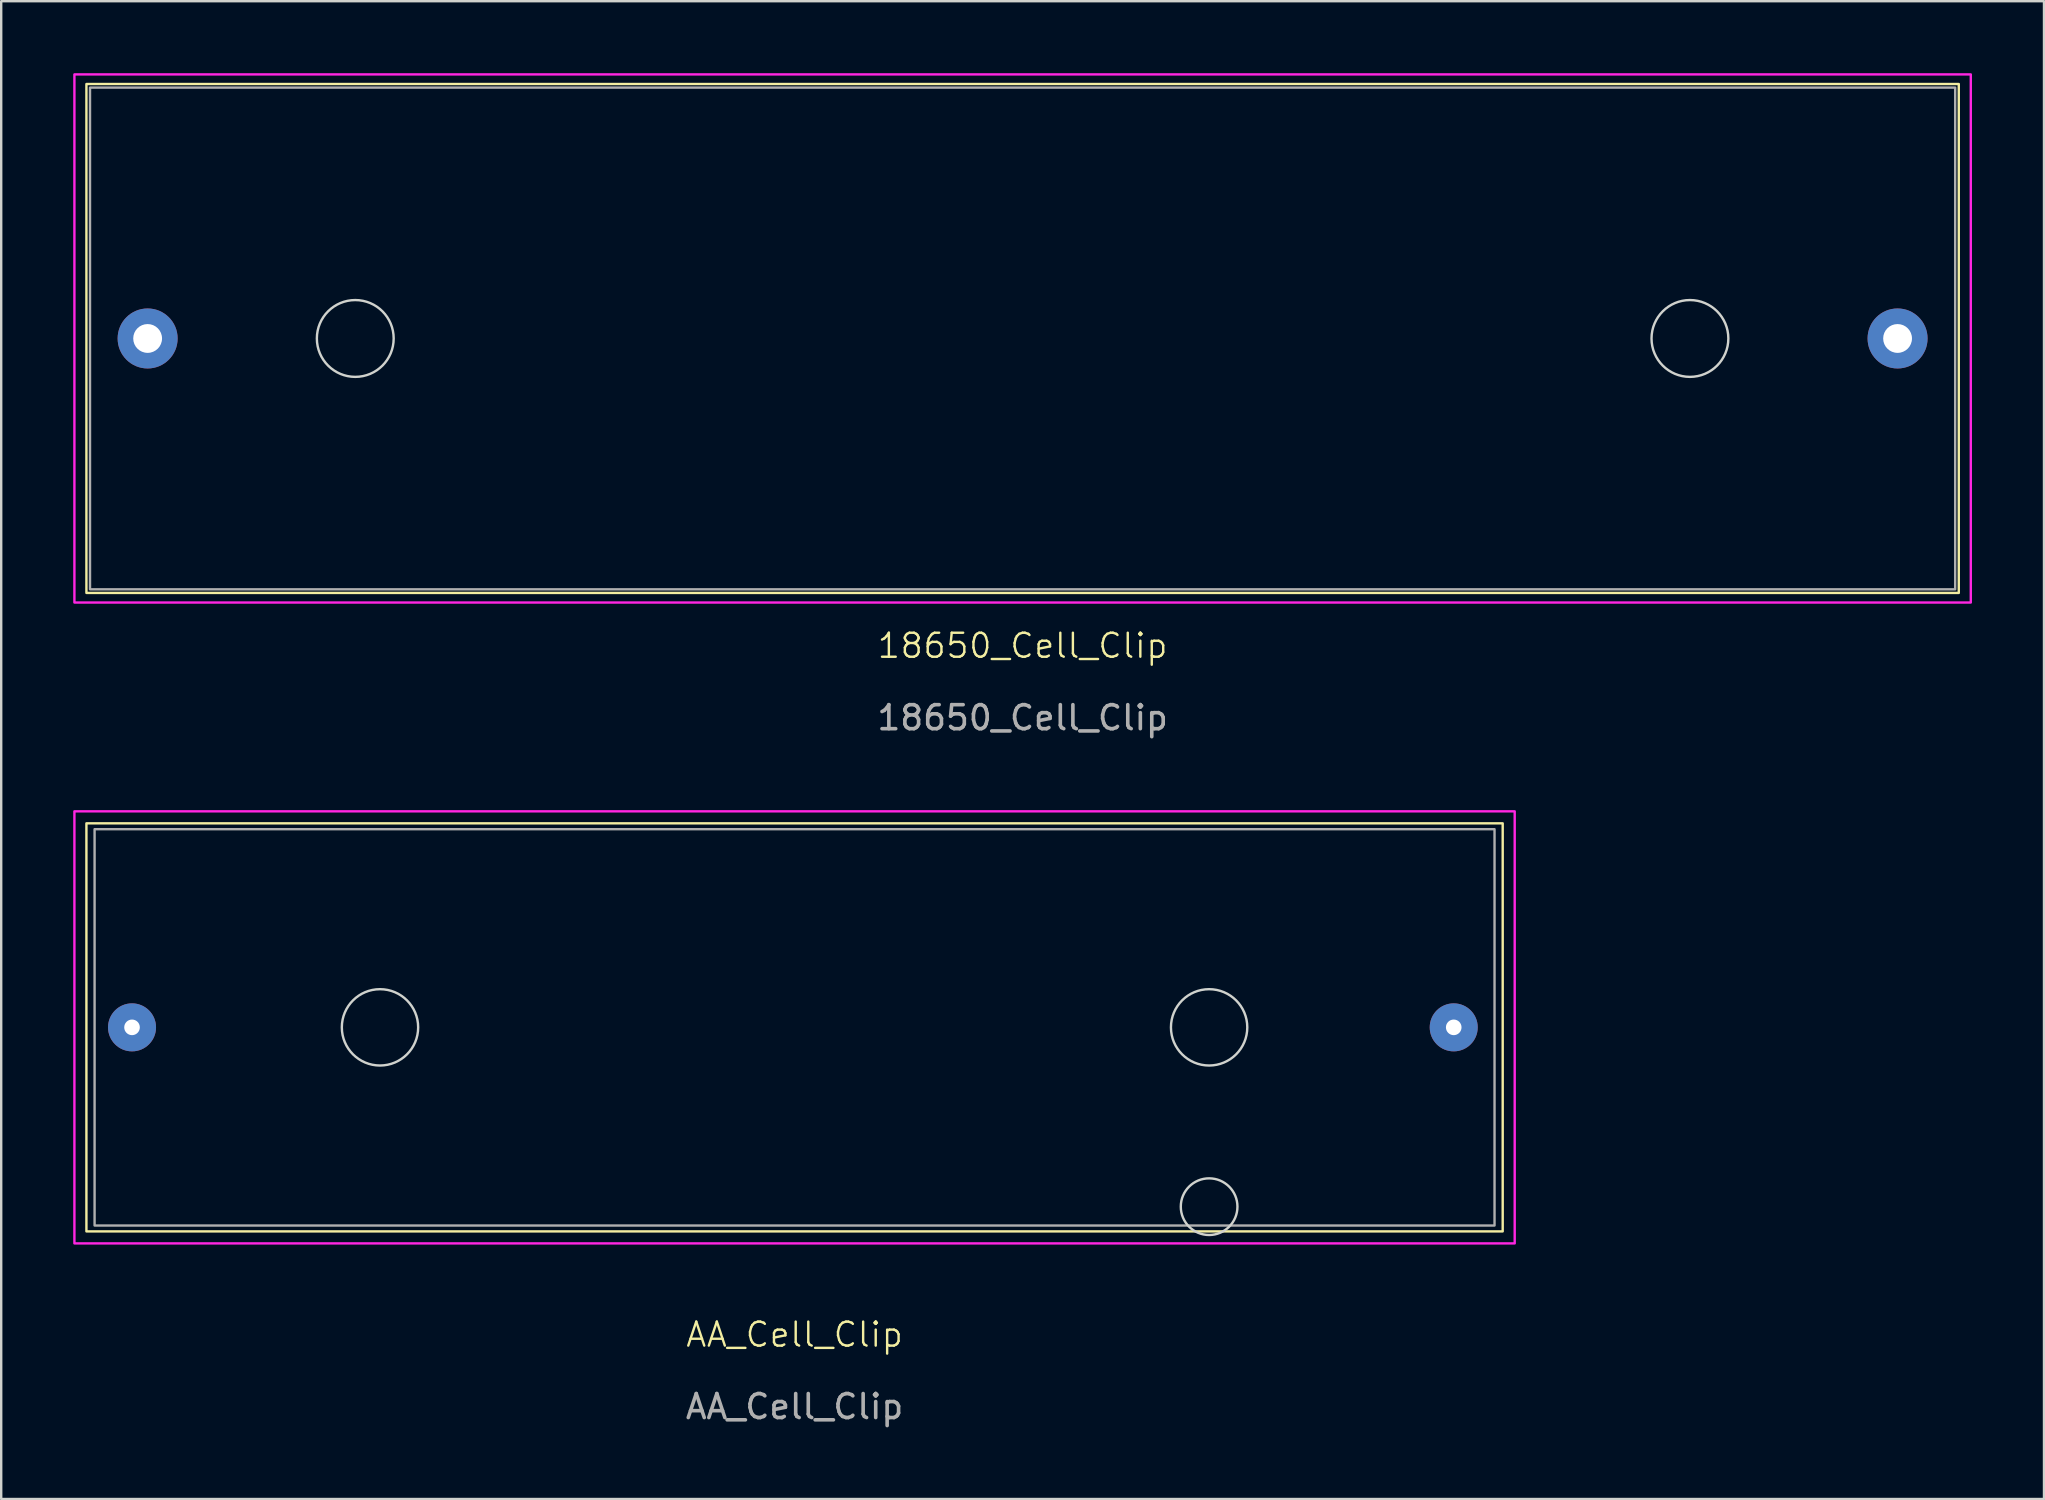
<source format=kicad_pcb>
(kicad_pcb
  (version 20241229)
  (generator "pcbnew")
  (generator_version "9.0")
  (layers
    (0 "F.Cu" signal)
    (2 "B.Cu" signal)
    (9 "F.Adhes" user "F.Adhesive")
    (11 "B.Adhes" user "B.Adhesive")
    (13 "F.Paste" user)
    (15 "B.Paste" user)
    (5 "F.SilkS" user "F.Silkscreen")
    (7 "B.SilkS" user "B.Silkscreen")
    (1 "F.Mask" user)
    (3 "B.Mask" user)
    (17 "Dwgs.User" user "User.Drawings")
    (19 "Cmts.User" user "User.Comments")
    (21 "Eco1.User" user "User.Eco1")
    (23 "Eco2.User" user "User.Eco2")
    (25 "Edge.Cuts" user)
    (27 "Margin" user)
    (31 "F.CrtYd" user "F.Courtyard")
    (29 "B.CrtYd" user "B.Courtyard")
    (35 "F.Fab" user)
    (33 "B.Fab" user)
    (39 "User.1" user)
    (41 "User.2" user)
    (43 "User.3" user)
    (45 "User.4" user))
  (footprint "18650_Cell_Clip"
    (layer "F.Cu")
    (at 39.55 11.05)
    (property "Reference" "18650_Cell_Clip" (at 0 12.8 0) (unlocked yes) (layer "F.SilkS") (effects (font (size 1 1) (thickness 0.1))))
    (attr smd)
    (fp_rect (start -39 -10.6) (end 39 10.6) (stroke (width 0.1) (type solid)) (fill no) (layer "F.SilkS"))
    (fp_circle (center -27.8 0) (end -26.2 0) (stroke (width 0.1) (type solid)) (fill no) (layer "Edge.Cuts"))
    (fp_circle (center 27.8 0) (end 29.4 0) (stroke (width 0.1) (type solid)) (fill no) (layer "Edge.Cuts"))
    (fp_rect (start -39.5 -11) (end 39.5 11) (stroke (width 0.1) (type solid)) (fill no) (layer "F.CrtYd"))
    (fp_rect (start -38.85 -10.45) (end 38.85 10.45) (stroke (width 0.1) (type solid)) (fill no) (layer "F.Fab"))
    (fp_text user "${REFERENCE}" (at 0 15.8 0) (unlocked yes) (layer "F.Fab") (effects (font (size 1 1) (thickness 0.15))))
    (pad "1" thru_hole circle (at 36.45 0) (size 2.5 2.5) (drill 1.2) (layers "*.Cu" "*.Mask"))
    (pad "2" thru_hole circle (at -36.45 0) (size 2.5 2.5) (drill 1.2) (layers "*.Cu" "*.Mask")))
  (footprint "AA_Cell_Clip"
    (layer "F.Cu")
    (at 30.05 39.748)
    (property "Reference" "AA_Cell_Clip" (at 0 12.8 0) (unlocked yes) (layer "F.SilkS") (effects (font (size 1 1) (thickness 0.1))))
    (attr smd)
    (fp_rect (start -29.5 -8.5) (end 29.5 8.5) (stroke (width 0.1) (type solid)) (fill no) (layer "F.SilkS"))
    (fp_circle (center -17.27 0) (end -15.68 0) (stroke (width 0.1) (type solid)) (fill no) (layer "Edge.Cuts"))
    (fp_circle (center 17.27 0) (end 18.86 0) (stroke (width 0.1) (type solid)) (fill no) (layer "Edge.Cuts"))
    (fp_circle (center 17.27 7.47) (end 18.45 7.47) (stroke (width 0.1) (type solid)) (fill no) (layer "Edge.Cuts"))
    (fp_rect (start -30 -9) (end 30 9) (stroke (width 0.1) (type solid)) (fill no) (layer "F.CrtYd"))
    (fp_rect (start -29.16 -8.255) (end 29.16 8.255) (stroke (width 0.1) (type solid)) (fill no) (layer "F.Fab"))
    (fp_text user "${REFERENCE}" (at 0 15.8 0) (unlocked yes) (layer "F.Fab") (effects (font (size 1 1) (thickness 0.15))))
    (pad "1" thru_hole circle (at 27.46 0) (size 2 2) (drill 0.65) (layers "*.Cu" "*.Mask"))
    (pad "2" thru_hole circle (at -27.6 0) (size 2 2) (drill 0.65) (layers "*.Cu" "*.Mask")))
  (gr_rect
    (start -3 -3)
    (end 82.1 59.397)
    (stroke (width 0.1) (type default))
    (fill no)
    (layer "Edge.Cuts")))
</source>
